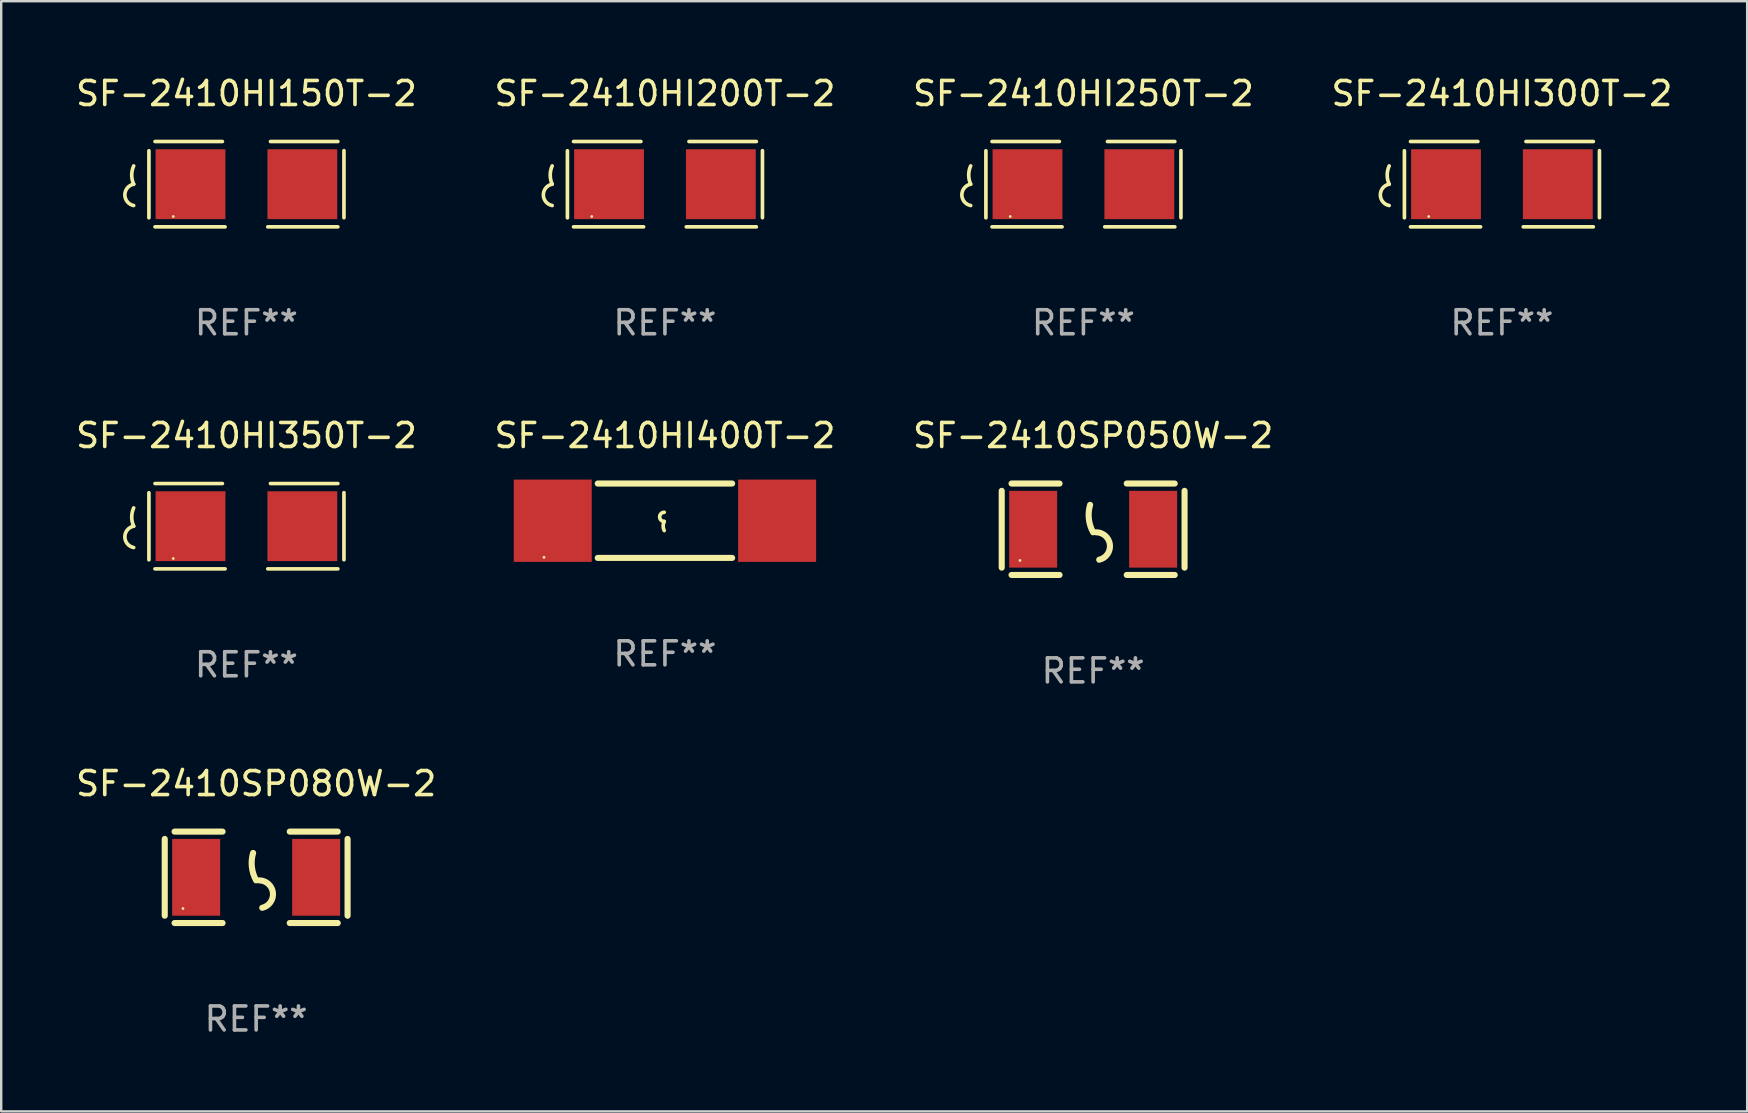
<source format=kicad_pcb>
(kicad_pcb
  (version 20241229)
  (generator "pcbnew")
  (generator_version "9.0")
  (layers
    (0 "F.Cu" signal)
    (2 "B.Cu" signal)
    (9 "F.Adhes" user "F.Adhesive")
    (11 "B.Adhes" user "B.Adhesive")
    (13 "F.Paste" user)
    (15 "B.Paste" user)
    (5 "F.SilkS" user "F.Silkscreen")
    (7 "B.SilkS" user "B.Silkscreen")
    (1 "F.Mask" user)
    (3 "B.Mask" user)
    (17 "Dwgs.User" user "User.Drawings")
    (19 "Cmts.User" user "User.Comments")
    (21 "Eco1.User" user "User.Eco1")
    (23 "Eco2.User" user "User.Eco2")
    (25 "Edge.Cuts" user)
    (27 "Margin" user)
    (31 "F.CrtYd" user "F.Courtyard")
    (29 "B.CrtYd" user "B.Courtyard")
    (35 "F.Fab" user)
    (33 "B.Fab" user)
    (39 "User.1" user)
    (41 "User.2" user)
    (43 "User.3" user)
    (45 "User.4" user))
  (footprint "SF-2410HI400T-2"
    (layer "F.Cu")
    (at 24.661 18.651)
    (property "Reference" "SF-2410HI400T-2" (at 0 -3.55 0) (layer "F.SilkS") (effects (font (size 1 1) (thickness 0.15))))
    (attr through_hole)
    (fp_line (start -2.8 -1.55) (end 2.8 -1.55) (stroke (width 0.254) (type solid)) (layer "F.SilkS"))
    (fp_line (start -2.8 1.55) (end 2.8 1.55) (stroke (width 0.254) (type solid)) (layer "F.SilkS"))
    (fp_arc (start -0.029896 0.030074) (mid -0.220397 -0.160427) (end -0.029896 -0.350928) (stroke (width 0.151994) (type solid)) (layer "F.SilkS"))
    (fp_arc (start -0.029896 0.411075) (mid -0.074867 0.220574) (end -0.029896 0.030074) (stroke (width 0.151994) (type solid)) (layer "F.SilkS"))
    (fp_circle (center -5.04 1.525) (end -5.01 1.525) (stroke (width 0.06) (type solid)) (fill no) (layer "F.SilkS"))
    (fp_text user "REF**" (at 0 5.55 0) (layer "F.Fab") (effects (font (size 1 1) (thickness 0.15))))
    (pad "1" smd rect (at -4.675 0) (size 3.25 3.43) (layers "F.Cu" "F.Mask" "F.Paste"))
    (pad "2" smd rect (at 4.675 0) (size 3.25 3.43) (layers "F.Cu" "F.Mask" "F.Paste")))
  (footprint "SF-2410HI350T-2"
    (layer "F.Cu")
    (at 7.22 18.879)
    (property "Reference" "SF-2410HI350T-2" (at 0 -3.778 0) (layer "F.SilkS") (effects (font (size 1 1) (thickness 0.15))))
    (attr through_hole)
    (fp_line (start -4.064 -1.393) (end -4.064 1.401) (stroke (width 0.152) (type solid)) (layer "F.SilkS"))
    (fp_line (start -3.81 -1.778) (end -1.002 -1.778) (stroke (width 0.152) (type solid)) (layer "F.SilkS"))
    (fp_line (start -0.889 1.778) (end -3.81 1.778) (stroke (width 0.152) (type solid)) (layer "F.SilkS"))
    (fp_line (start 0.889 1.778) (end 3.81 1.778) (stroke (width 0.152) (type solid)) (layer "F.SilkS"))
    (fp_line (start 3.81 -1.778) (end 1.002 -1.778) (stroke (width 0.152) (type solid)) (layer "F.SilkS"))
    (fp_line (start 4.064 -1.397) (end 4.064 1.397) (stroke (width 0.152) (type solid)) (layer "F.SilkS"))
    (fp_arc (start -4.699009 0) (mid -4.780645 -0.381001) (end -4.699009 -0.762002) (stroke (width 0.151994) (type solid)) (layer "F.SilkS"))
    (fp_arc (start -4.699009 0.889002) (mid -5.066697 0.444501) (end -4.699009 0) (stroke (width 0.151994) (type solid)) (layer "F.SilkS"))
    (fp_circle (center -3.05 1.347) (end -3.02 1.347) (stroke (width 0.06) (type solid)) (fill no) (layer "F.SilkS"))
    (fp_text user "REF**" (at 0 5.778 0) (layer "F.Fab") (effects (font (size 1 1) (thickness 0.15))))
    (pad "1" smd rect (at -2.33 0) (size 2.91 2.911) (layers "F.Cu" "F.Mask" "F.Paste"))
    (pad "2" smd rect (at 2.33 0) (size 2.91 2.911) (layers "F.Cu" "F.Mask" "F.Paste")))
  (footprint "SF-2410HI200T-2"
    (layer "F.Cu")
    (at 24.661 4.626)
    (property "Reference" "SF-2410HI200T-2" (at 0 -3.778 0) (layer "F.SilkS") (effects (font (size 1 1) (thickness 0.15))))
    (attr through_hole)
    (fp_line (start -4.064 -1.393) (end -4.064 1.401) (stroke (width 0.152) (type solid)) (layer "F.SilkS"))
    (fp_line (start -3.81 -1.778) (end -1.002 -1.778) (stroke (width 0.152) (type solid)) (layer "F.SilkS"))
    (fp_line (start -0.889 1.778) (end -3.81 1.778) (stroke (width 0.152) (type solid)) (layer "F.SilkS"))
    (fp_line (start 0.889 1.778) (end 3.81 1.778) (stroke (width 0.152) (type solid)) (layer "F.SilkS"))
    (fp_line (start 3.81 -1.778) (end 1.002 -1.778) (stroke (width 0.152) (type solid)) (layer "F.SilkS"))
    (fp_line (start 4.064 -1.397) (end 4.064 1.397) (stroke (width 0.152) (type solid)) (layer "F.SilkS"))
    (fp_arc (start -4.699009 0) (mid -4.780645 -0.381001) (end -4.699009 -0.762002) (stroke (width 0.151994) (type solid)) (layer "F.SilkS"))
    (fp_arc (start -4.699009 0.889002) (mid -5.066697 0.444501) (end -4.699009 0) (stroke (width 0.151994) (type solid)) (layer "F.SilkS"))
    (fp_circle (center -3.05 1.347) (end -3.02 1.347) (stroke (width 0.06) (type solid)) (fill no) (layer "F.SilkS"))
    (fp_text user "REF**" (at 0 5.778 0) (layer "F.Fab") (effects (font (size 1 1) (thickness 0.15))))
    (pad "1" smd rect (at -2.33 0) (size 2.91 2.911) (layers "F.Cu" "F.Mask" "F.Paste"))
    (pad "2" smd rect (at 2.33 0) (size 2.91 2.911) (layers "F.Cu" "F.Mask" "F.Paste")))
  (footprint "SF-2410HI300T-2"
    (layer "F.Cu")
    (at 59.542 4.626)
    (property "Reference" "SF-2410HI300T-2" (at 0 -3.778 0) (layer "F.SilkS") (effects (font (size 1 1) (thickness 0.15))))
    (attr through_hole)
    (fp_line (start -4.064 -1.393) (end -4.064 1.401) (stroke (width 0.152) (type solid)) (layer "F.SilkS"))
    (fp_line (start -3.81 -1.778) (end -1.002 -1.778) (stroke (width 0.152) (type solid)) (layer "F.SilkS"))
    (fp_line (start -0.889 1.778) (end -3.81 1.778) (stroke (width 0.152) (type solid)) (layer "F.SilkS"))
    (fp_line (start 0.889 1.778) (end 3.81 1.778) (stroke (width 0.152) (type solid)) (layer "F.SilkS"))
    (fp_line (start 3.81 -1.778) (end 1.002 -1.778) (stroke (width 0.152) (type solid)) (layer "F.SilkS"))
    (fp_line (start 4.064 -1.397) (end 4.064 1.397) (stroke (width 0.152) (type solid)) (layer "F.SilkS"))
    (fp_arc (start -4.699009 0) (mid -4.780645 -0.381001) (end -4.699009 -0.762002) (stroke (width 0.151994) (type solid)) (layer "F.SilkS"))
    (fp_arc (start -4.699009 0.889002) (mid -5.066697 0.444501) (end -4.699009 0) (stroke (width 0.151994) (type solid)) (layer "F.SilkS"))
    (fp_circle (center -3.05 1.347) (end -3.02 1.347) (stroke (width 0.06) (type solid)) (fill no) (layer "F.SilkS"))
    (fp_text user "REF**" (at 0 5.778 0) (layer "F.Fab") (effects (font (size 1 1) (thickness 0.15))))
    (pad "1" smd rect (at -2.33 0) (size 2.91 2.911) (layers "F.Cu" "F.Mask" "F.Paste"))
    (pad "2" smd rect (at 2.33 0) (size 2.91 2.911) (layers "F.Cu" "F.Mask" "F.Paste")))
  (footprint "SF-2410HI150T-2"
    (layer "F.Cu")
    (at 7.22 4.626)
    (property "Reference" "SF-2410HI150T-2" (at 0 -3.778 0) (layer "F.SilkS") (effects (font (size 1 1) (thickness 0.15))))
    (attr through_hole)
    (fp_line (start -4.064 -1.393) (end -4.064 1.401) (stroke (width 0.152) (type solid)) (layer "F.SilkS"))
    (fp_line (start -3.81 -1.778) (end -1.002 -1.778) (stroke (width 0.152) (type solid)) (layer "F.SilkS"))
    (fp_line (start -0.889 1.778) (end -3.81 1.778) (stroke (width 0.152) (type solid)) (layer "F.SilkS"))
    (fp_line (start 0.889 1.778) (end 3.81 1.778) (stroke (width 0.152) (type solid)) (layer "F.SilkS"))
    (fp_line (start 3.81 -1.778) (end 1.002 -1.778) (stroke (width 0.152) (type solid)) (layer "F.SilkS"))
    (fp_line (start 4.064 -1.397) (end 4.064 1.397) (stroke (width 0.152) (type solid)) (layer "F.SilkS"))
    (fp_arc (start -4.699009 0) (mid -4.780645 -0.381001) (end -4.699009 -0.762002) (stroke (width 0.151994) (type solid)) (layer "F.SilkS"))
    (fp_arc (start -4.699009 0.889002) (mid -5.066697 0.444501) (end -4.699009 0) (stroke (width 0.151994) (type solid)) (layer "F.SilkS"))
    (fp_circle (center -3.05 1.347) (end -3.02 1.347) (stroke (width 0.06) (type solid)) (fill no) (layer "F.SilkS"))
    (fp_text user "REF**" (at 0 5.778 0) (layer "F.Fab") (effects (font (size 1 1) (thickness 0.15))))
    (pad "1" smd rect (at -2.33 0) (size 2.91 2.911) (layers "F.Cu" "F.Mask" "F.Paste"))
    (pad "2" smd rect (at 2.33 0) (size 2.91 2.911) (layers "F.Cu" "F.Mask" "F.Paste")))
  (footprint "SF-2410SP080W-2"
    (layer "F.Cu")
    (at 7.625 33.512)
    (property "Reference" "SF-2410SP080W-2" (at 0 -3.905 0) (layer "F.SilkS") (effects (font (size 1 1) (thickness 0.15))))
    (attr through_hole)
    (fp_line (start -3.81 -1.6) (end -3.81 1.6) (stroke (width 0.254) (type solid)) (layer "F.SilkS"))
    (fp_line (start -3.4 -1.905) (end -1.4 -1.905) (stroke (width 0.254) (type solid)) (layer "F.SilkS"))
    (fp_line (start -3.4 1.905) (end -1.4 1.905) (stroke (width 0.254) (type solid)) (layer "F.SilkS"))
    (fp_line (start 1.4 -1.905) (end 3.4 -1.905) (stroke (width 0.254) (type solid)) (layer "F.SilkS"))
    (fp_line (start 1.4 1.905) (end 3.4 1.905) (stroke (width 0.254) (type solid)) (layer "F.SilkS"))
    (fp_line (start 3.81 -1.6) (end 3.81 1.6) (stroke (width 0.254) (type solid)) (layer "F.SilkS"))
    (fp_arc (start 0 0.127) (mid -0.178599 -0.431712) (end -0.127 -1.016002) (stroke (width 0.254001) (type solid)) (layer "F.SilkS"))
    (fp_arc (start 0.126999 0.127) (mid 0.698883 0.642014) (end 0.254001 1.270003) (stroke (width 0.254001) (type solid)) (layer "F.SilkS"))
    (fp_circle (center -3.05 1.3) (end -3.02 1.3) (stroke (width 0.06) (type solid)) (fill no) (layer "F.SilkS"))
    (fp_text user "REF**" (at 0 5.905 0) (layer "F.Fab") (effects (font (size 1 1) (thickness 0.15))))
    (pad "1" smd rect (at -2.5 0) (size 2 3.2) (layers "F.Cu" "F.Mask" "F.Paste"))
    (pad "2" smd rect (at 2.5 0) (size 2 3.2) (layers "F.Cu" "F.Mask" "F.Paste")))
  (footprint "SF-2410SP050W-2"
    (layer "F.Cu")
    (at 42.506 19.006)
    (property "Reference" "SF-2410SP050W-2" (at 0 -3.905 0) (layer "F.SilkS") (effects (font (size 1 1) (thickness 0.15))))
    (attr through_hole)
    (fp_line (start -3.81 -1.6) (end -3.81 1.6) (stroke (width 0.254) (type solid)) (layer "F.SilkS"))
    (fp_line (start -3.4 -1.905) (end -1.4 -1.905) (stroke (width 0.254) (type solid)) (layer "F.SilkS"))
    (fp_line (start -3.4 1.905) (end -1.4 1.905) (stroke (width 0.254) (type solid)) (layer "F.SilkS"))
    (fp_line (start 1.4 -1.905) (end 3.4 -1.905) (stroke (width 0.254) (type solid)) (layer "F.SilkS"))
    (fp_line (start 1.4 1.905) (end 3.4 1.905) (stroke (width 0.254) (type solid)) (layer "F.SilkS"))
    (fp_line (start 3.81 -1.6) (end 3.81 1.6) (stroke (width 0.254) (type solid)) (layer "F.SilkS"))
    (fp_arc (start 0 0.127) (mid -0.178599 -0.431712) (end -0.127 -1.016002) (stroke (width 0.254001) (type solid)) (layer "F.SilkS"))
    (fp_arc (start 0.126999 0.127) (mid 0.698883 0.642014) (end 0.254001 1.270003) (stroke (width 0.254001) (type solid)) (layer "F.SilkS"))
    (fp_circle (center -3.05 1.3) (end -3.02 1.3) (stroke (width 0.06) (type solid)) (fill no) (layer "F.SilkS"))
    (fp_text user "REF**" (at 0 5.905 0) (layer "F.Fab") (effects (font (size 1 1) (thickness 0.15))))
    (pad "1" smd rect (at -2.5 0) (size 2 3.2) (layers "F.Cu" "F.Mask" "F.Paste"))
    (pad "2" smd rect (at 2.5 0) (size 2 3.2) (layers "F.Cu" "F.Mask" "F.Paste")))
  (footprint "SF-2410HI250T-2"
    (layer "F.Cu")
    (at 42.101 4.626)
    (property "Reference" "SF-2410HI250T-2" (at 0 -3.778 0) (layer "F.SilkS") (effects (font (size 1 1) (thickness 0.15))))
    (attr through_hole)
    (fp_line (start -4.064 -1.393) (end -4.064 1.401) (stroke (width 0.152) (type solid)) (layer "F.SilkS"))
    (fp_line (start -3.81 -1.778) (end -1.002 -1.778) (stroke (width 0.152) (type solid)) (layer "F.SilkS"))
    (fp_line (start -0.889 1.778) (end -3.81 1.778) (stroke (width 0.152) (type solid)) (layer "F.SilkS"))
    (fp_line (start 0.889 1.778) (end 3.81 1.778) (stroke (width 0.152) (type solid)) (layer "F.SilkS"))
    (fp_line (start 3.81 -1.778) (end 1.002 -1.778) (stroke (width 0.152) (type solid)) (layer "F.SilkS"))
    (fp_line (start 4.064 -1.397) (end 4.064 1.397) (stroke (width 0.152) (type solid)) (layer "F.SilkS"))
    (fp_arc (start -4.699009 0) (mid -4.780645 -0.381001) (end -4.699009 -0.762002) (stroke (width 0.151994) (type solid)) (layer "F.SilkS"))
    (fp_arc (start -4.699009 0.889002) (mid -5.066697 0.444501) (end -4.699009 0) (stroke (width 0.151994) (type solid)) (layer "F.SilkS"))
    (fp_circle (center -3.05 1.347) (end -3.02 1.347) (stroke (width 0.06) (type solid)) (fill no) (layer "F.SilkS"))
    (fp_text user "REF**" (at 0 5.778 0) (layer "F.Fab") (effects (font (size 1 1) (thickness 0.15))))
    (pad "1" smd rect (at -2.33 0) (size 2.91 2.911) (layers "F.Cu" "F.Mask" "F.Paste"))
    (pad "2" smd rect (at 2.33 0) (size 2.91 2.911) (layers "F.Cu" "F.Mask" "F.Paste")))
  (gr_rect
    (start -3 -3)
    (end 69.762 43.266)
    (stroke (width 0.1) (type default))
    (fill no)
    (layer "Edge.Cuts")))
</source>
